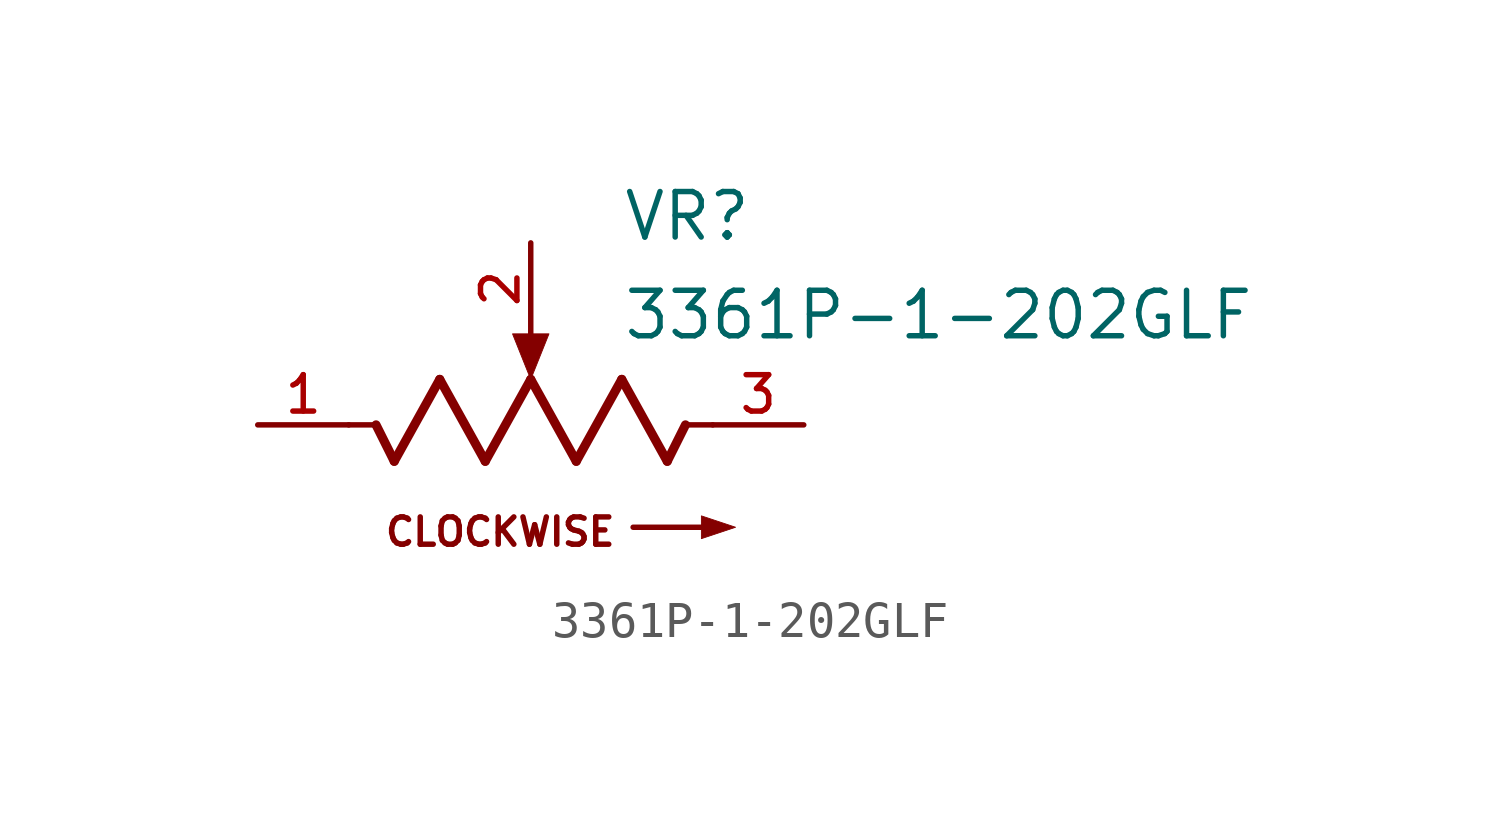
<source format=kicad_sym>
(kicad_symbol_lib
  (version 20211014)
  (generator kicad_symbol_editor)
  (symbol "3361P-1-202GLF"
    (pin_names
      (offset 1.016))
    (property "Reference" "VR"
      (at 2.54 5.08 0)
      (effects (font (size 1.27 1.27)) (justify bottom left)))
    (property "Value" "3361P-1-202GLF"
      (at 2.54 3.81 0)
      (effects (font (size 1.27 1.27)) (justify top left)))
    (symbol "3361P-1-202GLF_0_0"
      (polyline (pts (xy 5.08 0.0) (xy 4.318 0.0)) (stroke (width 0.152)))
      (polyline (pts (xy 4.318 0.0) (xy 3.81 -1.016)) (stroke (width 0.254)))
      (polyline (pts (xy 3.81 -1.016) (xy 2.54 1.27)) (stroke (width 0.254)))
      (polyline (pts (xy 2.54 1.27) (xy 1.27 -1.016)) (stroke (width 0.254)))
      (polyline (pts (xy 1.27 -1.016) (xy 0.0 1.27)) (stroke (width 0.254)))
      (polyline (pts (xy 0.0 1.27) (xy -1.27 -1.016)) (stroke (width 0.254)))
      (polyline (pts (xy -1.27 -1.016) (xy -2.54 1.27)) (stroke (width 0.254)))
      (polyline (pts (xy -2.54 1.27) (xy -3.81 -1.016)) (stroke (width 0.254)))
      (polyline (pts (xy -3.81 -1.016) (xy -4.318 0.0)) (stroke (width 0.254)))
      (polyline (pts (xy -4.318 0.0) (xy -5.08 0.0)) (stroke (width 0.152)))
      (polyline (pts (xy 0.508 2.54) (xy -0.508 2.54) (xy 0.0 1.27) (xy 0.508 2.54)) (stroke (width 0.025)) (fill (type outline)))
      (text "CLOCKWISE" (at -4.128 -2.54 0) (effects (font (size 0.762 0.762)) (justify top left)))
      (polyline (pts (xy 2.857 -2.857) (xy 4.763 -2.857)) (stroke (width 0.152)))
      (polyline (pts (xy 4.763 -2.54) (xy 4.763 -3.175) (xy 5.715 -2.857) (xy 4.763 -2.54)) (stroke (width 0.025)) (fill (type outline)))
      (pin passive line (at 7.62 0.0 180.0) (length 2.54) (name "~" (effects (font (size 1.016 1.016)))) (number "3" (effects (font (size 1.016 1.016)))))
      (pin passive line (at -7.62 0.0 0) (length 2.54) (name "~" (effects (font (size 1.016 1.016)))) (number "1" (effects (font (size 1.016 1.016)))))
      (pin passive line (at 0.0 5.08 270.0) (length 2.54) (name "~" (effects (font (size 1.016 1.016)))) (number "2" (effects (font (size 1.016 1.016))))))))
</source>
